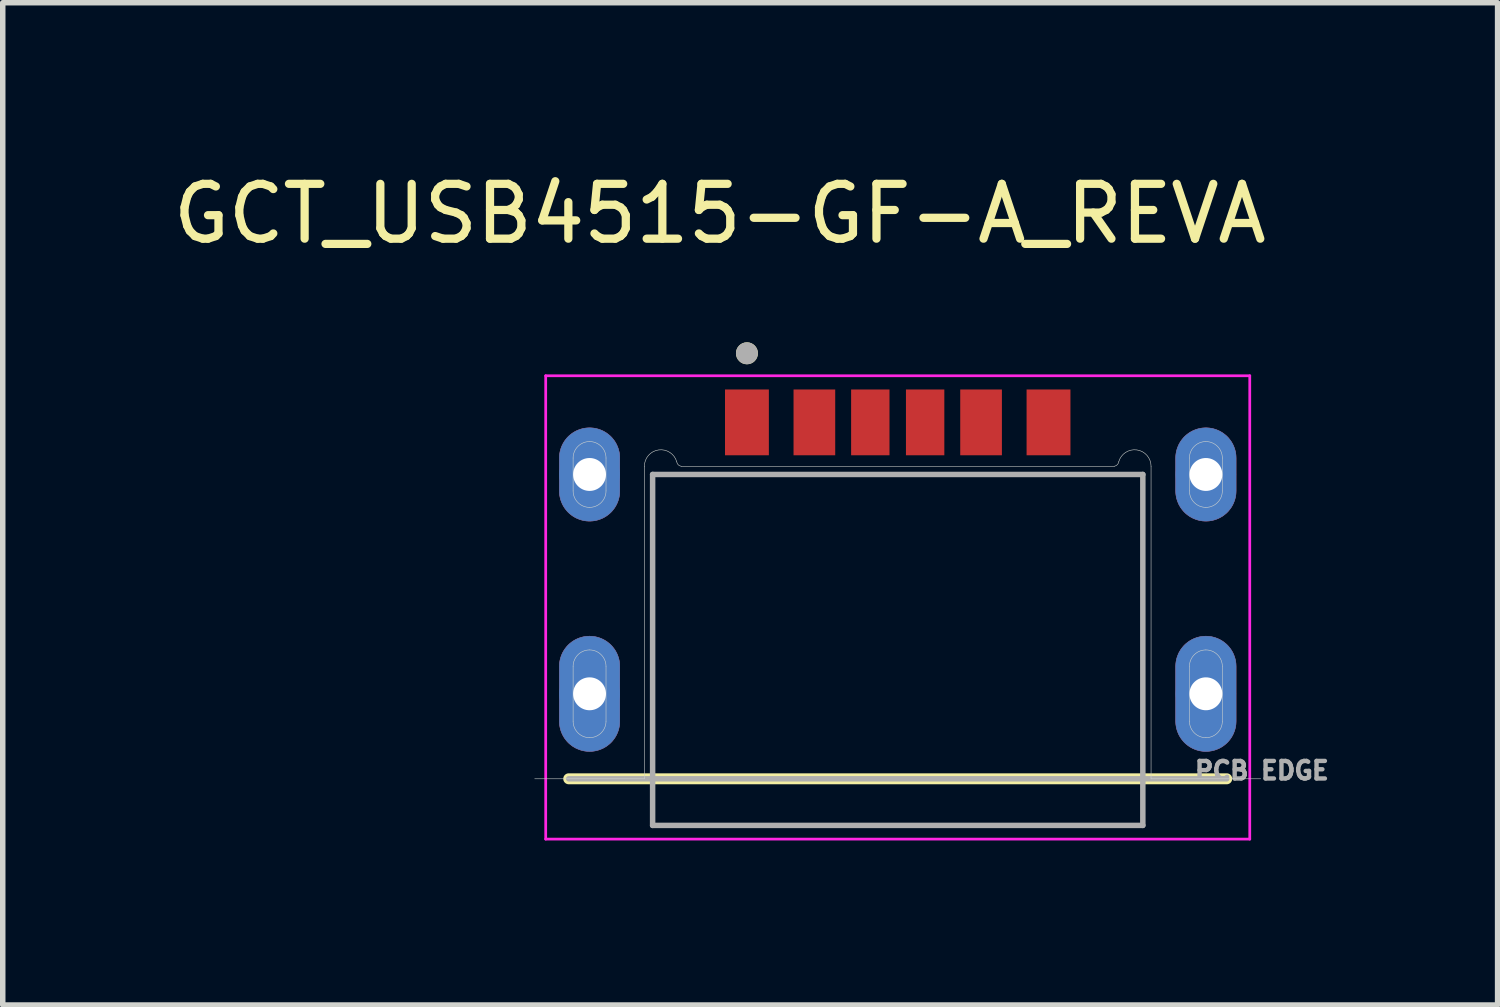
<source format=kicad_pcb>
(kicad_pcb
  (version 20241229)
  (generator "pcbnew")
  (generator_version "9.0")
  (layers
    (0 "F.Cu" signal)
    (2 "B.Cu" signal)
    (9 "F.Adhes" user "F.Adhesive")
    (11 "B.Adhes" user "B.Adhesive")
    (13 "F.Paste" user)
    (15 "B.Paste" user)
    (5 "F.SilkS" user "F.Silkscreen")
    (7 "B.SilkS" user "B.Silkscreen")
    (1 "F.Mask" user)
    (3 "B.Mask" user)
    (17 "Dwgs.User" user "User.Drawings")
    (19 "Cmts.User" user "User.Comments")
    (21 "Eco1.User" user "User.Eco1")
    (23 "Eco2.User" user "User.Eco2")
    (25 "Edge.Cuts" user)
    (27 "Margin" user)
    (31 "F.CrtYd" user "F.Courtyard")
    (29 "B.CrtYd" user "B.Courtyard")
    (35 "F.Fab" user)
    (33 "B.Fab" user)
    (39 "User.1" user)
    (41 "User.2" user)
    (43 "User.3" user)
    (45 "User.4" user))
  (footprint "GCT_USB4515-GF-A_REVA"
    (layer "F.Cu")
    (at 13.322 9.603)
    (property "Reference" "GCT_USB4515-GF-A_REVA" (at -3.245 -8.755 0) (layer "F.SilkS") (effects (font (size 1 1) (thickness 0.15))))
    (attr through_hole)
    (fp_poly (pts (xy -6.17 -3.7) (xy -6.17 -4.3) (xy -6.169 -4.329) (xy -6.167 -4.357) (xy -6.163 -4.386) (xy -6.158 -4.414) (xy -6.151 -4.442) (xy -6.143 -4.47) (xy -6.133 -4.497) (xy -6.122 -4.524) (xy -6.11 -4.55) (xy -6.096 -4.575) (xy -6.081 -4.6) (xy -6.065 -4.623) (xy -6.047 -4.646) (xy -6.029 -4.668) (xy -6.009 -4.689) (xy -5.988 -4.709) (xy -5.966 -4.727) (xy -5.943 -4.745) (xy -5.92 -4.761) (xy -5.895 -4.776) (xy -5.87 -4.79) (xy -5.844 -4.802) (xy -5.817 -4.813) (xy -5.79 -4.823) (xy -5.762 -4.831) (xy -5.734 -4.838) (xy -5.706 -4.843) (xy -5.677 -4.847) (xy -5.649 -4.849) (xy -5.62 -4.85) (xy -5.591 -4.849) (xy -5.563 -4.847) (xy -5.534 -4.843) (xy -5.506 -4.838) (xy -5.478 -4.831) (xy -5.45 -4.823) (xy -5.423 -4.813) (xy -5.396 -4.802) (xy -5.37 -4.79) (xy -5.345 -4.776) (xy -5.32 -4.761) (xy -5.297 -4.745) (xy -5.274 -4.727) (xy -5.252 -4.709) (xy -5.231 -4.689) (xy -5.211 -4.668) (xy -5.193 -4.646) (xy -5.175 -4.623) (xy -5.159 -4.6) (xy -5.144 -4.575) (xy -5.13 -4.55) (xy -5.118 -4.524) (xy -5.107 -4.497) (xy -5.097 -4.47) (xy -5.089 -4.442) (xy -5.082 -4.414) (xy -5.077 -4.386) (xy -5.073 -4.357) (xy -5.071 -4.329) (xy -5.07 -4.3) (xy -5.07 -3.7) (xy -5.071 -3.671) (xy -5.073 -3.643) (xy -5.077 -3.614) (xy -5.082 -3.586) (xy -5.089 -3.558) (xy -5.097 -3.53) (xy -5.107 -3.503) (xy -5.118 -3.476) (xy -5.13 -3.45) (xy -5.144 -3.425) (xy -5.159 -3.4) (xy -5.175 -3.377) (xy -5.193 -3.354) (xy -5.211 -3.332) (xy -5.231 -3.311) (xy -5.252 -3.291) (xy -5.274 -3.273) (xy -5.297 -3.255) (xy -5.32 -3.239) (xy -5.345 -3.224) (xy -5.37 -3.21) (xy -5.396 -3.198) (xy -5.423 -3.187) (xy -5.45 -3.177) (xy -5.478 -3.169) (xy -5.506 -3.162) (xy -5.534 -3.157) (xy -5.563 -3.153) (xy -5.591 -3.151) (xy -5.62 -3.15) (xy -5.649 -3.151) (xy -5.677 -3.153) (xy -5.706 -3.157) (xy -5.734 -3.162) (xy -5.762 -3.169) (xy -5.79 -3.177) (xy -5.817 -3.187) (xy -5.844 -3.198) (xy -5.87 -3.21) (xy -5.895 -3.224) (xy -5.92 -3.239) (xy -5.943 -3.255) (xy -5.966 -3.273) (xy -5.988 -3.291) (xy -6.009 -3.311) (xy -6.029 -3.332) (xy -6.047 -3.354) (xy -6.065 -3.377) (xy -6.081 -3.4) (xy -6.096 -3.425) (xy -6.11 -3.45) (xy -6.122 -3.476) (xy -6.133 -3.503) (xy -6.143 -3.53) (xy -6.151 -3.558) (xy -6.158 -3.586) (xy -6.163 -3.614) (xy -6.167 -3.643) (xy -6.169 -3.671) (xy -6.17 -3.7)) (stroke (width 0.01) (type solid)) (fill yes) (layer "F.Cu"))
    (fp_poly (pts (xy -5.62 -1.05) (xy -5.591 -1.049) (xy -5.563 -1.047) (xy -5.534 -1.043) (xy -5.506 -1.038) (xy -5.478 -1.031) (xy -5.45 -1.023) (xy -5.423 -1.013) (xy -5.396 -1.002) (xy -5.37 -0.99) (xy -5.345 -0.976) (xy -5.32 -0.961) (xy -5.297 -0.945) (xy -5.274 -0.927) (xy -5.252 -0.909) (xy -5.231 -0.889) (xy -5.211 -0.868) (xy -5.193 -0.846) (xy -5.175 -0.823) (xy -5.159 -0.8) (xy -5.144 -0.775) (xy -5.13 -0.75) (xy -5.118 -0.724) (xy -5.107 -0.697) (xy -5.097 -0.67) (xy -5.089 -0.642) (xy -5.082 -0.614) (xy -5.077 -0.586) (xy -5.073 -0.557) (xy -5.071 -0.529) (xy -5.07 -0.5) (xy -5.07 0.5) (xy -5.071 0.529) (xy -5.073 0.557) (xy -5.077 0.586) (xy -5.082 0.614) (xy -5.089 0.642) (xy -5.097 0.67) (xy -5.107 0.697) (xy -5.118 0.724) (xy -5.13 0.75) (xy -5.144 0.775) (xy -5.159 0.8) (xy -5.175 0.823) (xy -5.193 0.846) (xy -5.211 0.868) (xy -5.231 0.889) (xy -5.252 0.909) (xy -5.274 0.927) (xy -5.297 0.945) (xy -5.32 0.961) (xy -5.345 0.976) (xy -5.37 0.99) (xy -5.396 1.002) (xy -5.423 1.013) (xy -5.45 1.023) (xy -5.478 1.031) (xy -5.506 1.038) (xy -5.534 1.043) (xy -5.563 1.047) (xy -5.591 1.049) (xy -5.62 1.05) (xy -5.649 1.049) (xy -5.677 1.047) (xy -5.706 1.043) (xy -5.734 1.038) (xy -5.762 1.031) (xy -5.79 1.023) (xy -5.817 1.013) (xy -5.844 1.002) (xy -5.87 0.99) (xy -5.895 0.976) (xy -5.92 0.961) (xy -5.943 0.945) (xy -5.966 0.927) (xy -5.988 0.909) (xy -6.009 0.889) (xy -6.029 0.868) (xy -6.047 0.846) (xy -6.065 0.823) (xy -6.081 0.8) (xy -6.096 0.775) (xy -6.11 0.75) (xy -6.122 0.724) (xy -6.133 0.697) (xy -6.143 0.67) (xy -6.151 0.642) (xy -6.158 0.614) (xy -6.163 0.586) (xy -6.167 0.557) (xy -6.169 0.529) (xy -6.17 0.5) (xy -6.17 -0.5) (xy -6.169 -0.529) (xy -6.167 -0.557) (xy -6.163 -0.586) (xy -6.158 -0.614) (xy -6.151 -0.642) (xy -6.143 -0.67) (xy -6.133 -0.697) (xy -6.122 -0.724) (xy -6.11 -0.75) (xy -6.096 -0.775) (xy -6.081 -0.8) (xy -6.065 -0.823) (xy -6.047 -0.846) (xy -6.029 -0.868) (xy -6.009 -0.889) (xy -5.988 -0.909) (xy -5.966 -0.927) (xy -5.943 -0.945) (xy -5.92 -0.961) (xy -5.895 -0.976) (xy -5.87 -0.99) (xy -5.844 -1.002) (xy -5.817 -1.013) (xy -5.79 -1.023) (xy -5.762 -1.031) (xy -5.734 -1.038) (xy -5.706 -1.043) (xy -5.677 -1.047) (xy -5.649 -1.049) (xy -5.62 -1.05)) (stroke (width 0.01) (type solid)) (fill yes) (layer "F.Cu"))
    (fp_poly (pts (xy 5.07 -3.7) (xy 5.07 -4.3) (xy 5.071 -4.329) (xy 5.073 -4.357) (xy 5.077 -4.386) (xy 5.082 -4.414) (xy 5.089 -4.442) (xy 5.097 -4.47) (xy 5.107 -4.497) (xy 5.118 -4.524) (xy 5.13 -4.55) (xy 5.144 -4.575) (xy 5.159 -4.6) (xy 5.175 -4.623) (xy 5.193 -4.646) (xy 5.211 -4.668) (xy 5.231 -4.689) (xy 5.252 -4.709) (xy 5.274 -4.727) (xy 5.297 -4.745) (xy 5.32 -4.761) (xy 5.345 -4.776) (xy 5.37 -4.79) (xy 5.396 -4.802) (xy 5.423 -4.813) (xy 5.45 -4.823) (xy 5.478 -4.831) (xy 5.506 -4.838) (xy 5.534 -4.843) (xy 5.563 -4.847) (xy 5.591 -4.849) (xy 5.62 -4.85) (xy 5.649 -4.849) (xy 5.677 -4.847) (xy 5.706 -4.843) (xy 5.734 -4.838) (xy 5.762 -4.831) (xy 5.79 -4.823) (xy 5.817 -4.813) (xy 5.844 -4.802) (xy 5.87 -4.79) (xy 5.895 -4.776) (xy 5.92 -4.761) (xy 5.943 -4.745) (xy 5.966 -4.727) (xy 5.988 -4.709) (xy 6.009 -4.689) (xy 6.029 -4.668) (xy 6.047 -4.646) (xy 6.065 -4.623) (xy 6.081 -4.6) (xy 6.096 -4.575) (xy 6.11 -4.55) (xy 6.122 -4.524) (xy 6.133 -4.497) (xy 6.143 -4.47) (xy 6.151 -4.442) (xy 6.158 -4.414) (xy 6.163 -4.386) (xy 6.167 -4.357) (xy 6.169 -4.329) (xy 6.17 -4.3) (xy 6.17 -3.7) (xy 6.169 -3.671) (xy 6.167 -3.643) (xy 6.163 -3.614) (xy 6.158 -3.586) (xy 6.151 -3.558) (xy 6.143 -3.53) (xy 6.133 -3.503) (xy 6.122 -3.476) (xy 6.11 -3.45) (xy 6.096 -3.425) (xy 6.081 -3.4) (xy 6.065 -3.377) (xy 6.047 -3.354) (xy 6.029 -3.332) (xy 6.009 -3.311) (xy 5.988 -3.291) (xy 5.966 -3.273) (xy 5.943 -3.255) (xy 5.92 -3.239) (xy 5.895 -3.224) (xy 5.87 -3.21) (xy 5.844 -3.198) (xy 5.817 -3.187) (xy 5.79 -3.177) (xy 5.762 -3.169) (xy 5.734 -3.162) (xy 5.706 -3.157) (xy 5.677 -3.153) (xy 5.649 -3.151) (xy 5.62 -3.15) (xy 5.591 -3.151) (xy 5.563 -3.153) (xy 5.534 -3.157) (xy 5.506 -3.162) (xy 5.478 -3.169) (xy 5.45 -3.177) (xy 5.423 -3.187) (xy 5.396 -3.198) (xy 5.37 -3.21) (xy 5.345 -3.224) (xy 5.32 -3.239) (xy 5.297 -3.255) (xy 5.274 -3.273) (xy 5.252 -3.291) (xy 5.231 -3.311) (xy 5.211 -3.332) (xy 5.193 -3.354) (xy 5.175 -3.377) (xy 5.159 -3.4) (xy 5.144 -3.425) (xy 5.13 -3.45) (xy 5.118 -3.476) (xy 5.107 -3.503) (xy 5.097 -3.53) (xy 5.089 -3.558) (xy 5.082 -3.586) (xy 5.077 -3.614) (xy 5.073 -3.643) (xy 5.071 -3.671) (xy 5.07 -3.7)) (stroke (width 0.01) (type solid)) (fill yes) (layer "F.Cu"))
    (fp_poly (pts (xy 5.62 -1.05) (xy 5.649 -1.049) (xy 5.677 -1.047) (xy 5.706 -1.043) (xy 5.734 -1.038) (xy 5.762 -1.031) (xy 5.79 -1.023) (xy 5.817 -1.013) (xy 5.844 -1.002) (xy 5.87 -0.99) (xy 5.895 -0.976) (xy 5.92 -0.961) (xy 5.943 -0.945) (xy 5.966 -0.927) (xy 5.988 -0.909) (xy 6.009 -0.889) (xy 6.029 -0.868) (xy 6.047 -0.846) (xy 6.065 -0.823) (xy 6.081 -0.8) (xy 6.096 -0.775) (xy 6.11 -0.75) (xy 6.122 -0.724) (xy 6.133 -0.697) (xy 6.143 -0.67) (xy 6.151 -0.642) (xy 6.158 -0.614) (xy 6.163 -0.586) (xy 6.167 -0.557) (xy 6.169 -0.529) (xy 6.17 -0.5) (xy 6.17 0.5) (xy 6.169 0.529) (xy 6.167 0.557) (xy 6.163 0.586) (xy 6.158 0.614) (xy 6.151 0.642) (xy 6.143 0.67) (xy 6.133 0.697) (xy 6.122 0.724) (xy 6.11 0.75) (xy 6.096 0.775) (xy 6.081 0.8) (xy 6.065 0.823) (xy 6.047 0.846) (xy 6.029 0.868) (xy 6.009 0.889) (xy 5.988 0.909) (xy 5.966 0.927) (xy 5.943 0.945) (xy 5.92 0.961) (xy 5.895 0.976) (xy 5.87 0.99) (xy 5.844 1.002) (xy 5.817 1.013) (xy 5.79 1.023) (xy 5.762 1.031) (xy 5.734 1.038) (xy 5.706 1.043) (xy 5.677 1.047) (xy 5.649 1.049) (xy 5.62 1.05) (xy 5.591 1.049) (xy 5.563 1.047) (xy 5.534 1.043) (xy 5.506 1.038) (xy 5.478 1.031) (xy 5.45 1.023) (xy 5.423 1.013) (xy 5.396 1.002) (xy 5.37 0.99) (xy 5.345 0.976) (xy 5.32 0.961) (xy 5.297 0.945) (xy 5.274 0.927) (xy 5.252 0.909) (xy 5.231 0.889) (xy 5.211 0.868) (xy 5.193 0.846) (xy 5.175 0.823) (xy 5.159 0.8) (xy 5.144 0.775) (xy 5.13 0.75) (xy 5.118 0.724) (xy 5.107 0.697) (xy 5.097 0.67) (xy 5.089 0.642) (xy 5.082 0.614) (xy 5.077 0.586) (xy 5.073 0.557) (xy 5.071 0.529) (xy 5.07 0.5) (xy 5.07 -0.5) (xy 5.071 -0.529) (xy 5.073 -0.557) (xy 5.077 -0.586) (xy 5.082 -0.614) (xy 5.089 -0.642) (xy 5.097 -0.67) (xy 5.107 -0.697) (xy 5.118 -0.724) (xy 5.13 -0.75) (xy 5.144 -0.775) (xy 5.159 -0.8) (xy 5.175 -0.823) (xy 5.193 -0.846) (xy 5.211 -0.868) (xy 5.231 -0.889) (xy 5.252 -0.909) (xy 5.274 -0.927) (xy 5.297 -0.945) (xy 5.32 -0.961) (xy 5.345 -0.976) (xy 5.37 -0.99) (xy 5.396 -1.002) (xy 5.423 -1.013) (xy 5.45 -1.023) (xy 5.478 -1.031) (xy 5.506 -1.038) (xy 5.534 -1.043) (xy 5.563 -1.047) (xy 5.591 -1.049) (xy 5.62 -1.05)) (stroke (width 0.01) (type solid)) (fill yes) (layer "F.Cu"))
    (fp_poly (pts (xy -6.27 -4.3) (xy -6.27 -3.7) (xy -6.269 -3.666) (xy -6.266 -3.632) (xy -6.262 -3.598) (xy -6.256 -3.565) (xy -6.248 -3.532) (xy -6.238 -3.499) (xy -6.227 -3.467) (xy -6.214 -3.436) (xy -6.199 -3.405) (xy -6.183 -3.375) (xy -6.165 -3.346) (xy -6.146 -3.318) (xy -6.125 -3.291) (xy -6.103 -3.265) (xy -6.08 -3.24) (xy -6.055 -3.217) (xy -6.029 -3.195) (xy -6.002 -3.174) (xy -5.974 -3.155) (xy -5.945 -3.137) (xy -5.915 -3.121) (xy -5.884 -3.106) (xy -5.853 -3.093) (xy -5.821 -3.082) (xy -5.788 -3.072) (xy -5.755 -3.064) (xy -5.722 -3.058) (xy -5.688 -3.054) (xy -5.654 -3.051) (xy -5.62 -3.05) (xy -5.586 -3.051) (xy -5.552 -3.054) (xy -5.518 -3.058) (xy -5.485 -3.064) (xy -5.452 -3.072) (xy -5.419 -3.082) (xy -5.387 -3.093) (xy -5.356 -3.106) (xy -5.325 -3.121) (xy -5.295 -3.137) (xy -5.266 -3.155) (xy -5.238 -3.174) (xy -5.211 -3.195) (xy -5.185 -3.217) (xy -5.16 -3.24) (xy -5.137 -3.265) (xy -5.115 -3.291) (xy -5.094 -3.318) (xy -5.075 -3.346) (xy -5.057 -3.375) (xy -5.041 -3.405) (xy -5.026 -3.436) (xy -5.013 -3.467) (xy -5.002 -3.499) (xy -4.992 -3.532) (xy -4.984 -3.565) (xy -4.978 -3.598) (xy -4.974 -3.632) (xy -4.971 -3.666) (xy -4.97 -3.7) (xy -4.97 -4.3) (xy -4.971 -4.334) (xy -4.974 -4.368) (xy -4.978 -4.402) (xy -4.984 -4.435) (xy -4.992 -4.468) (xy -5.002 -4.501) (xy -5.013 -4.533) (xy -5.026 -4.564) (xy -5.041 -4.595) (xy -5.057 -4.625) (xy -5.075 -4.654) (xy -5.094 -4.682) (xy -5.115 -4.709) (xy -5.137 -4.735) (xy -5.16 -4.76) (xy -5.185 -4.783) (xy -5.211 -4.805) (xy -5.238 -4.826) (xy -5.266 -4.845) (xy -5.295 -4.863) (xy -5.325 -4.879) (xy -5.356 -4.894) (xy -5.387 -4.907) (xy -5.419 -4.918) (xy -5.452 -4.928) (xy -5.485 -4.936) (xy -5.518 -4.942) (xy -5.552 -4.946) (xy -5.586 -4.949) (xy -5.62 -4.95) (xy -5.654 -4.949) (xy -5.688 -4.946) (xy -5.722 -4.942) (xy -5.755 -4.936) (xy -5.788 -4.928) (xy -5.821 -4.918) (xy -5.853 -4.907) (xy -5.884 -4.894) (xy -5.915 -4.879) (xy -5.945 -4.863) (xy -5.974 -4.845) (xy -6.002 -4.826) (xy -6.029 -4.805) (xy -6.055 -4.783) (xy -6.08 -4.76) (xy -6.103 -4.735) (xy -6.125 -4.709) (xy -6.146 -4.682) (xy -6.165 -4.654) (xy -6.183 -4.625) (xy -6.199 -4.595) (xy -6.214 -4.564) (xy -6.227 -4.533) (xy -6.238 -4.501) (xy -6.248 -4.468) (xy -6.256 -4.435) (xy -6.262 -4.402) (xy -6.266 -4.368) (xy -6.269 -4.334) (xy -6.27 -4.3)) (stroke (width 0.01) (type solid)) (fill yes) (layer "F.Mask"))
    (fp_poly (pts (xy -6.27 0.5) (xy -6.27 -0.5) (xy -6.269 -0.534) (xy -6.266 -0.568) (xy -6.262 -0.602) (xy -6.256 -0.635) (xy -6.248 -0.668) (xy -6.238 -0.701) (xy -6.227 -0.733) (xy -6.214 -0.764) (xy -6.199 -0.795) (xy -6.183 -0.825) (xy -6.165 -0.854) (xy -6.146 -0.882) (xy -6.125 -0.909) (xy -6.103 -0.935) (xy -6.08 -0.96) (xy -6.055 -0.983) (xy -6.029 -1.005) (xy -6.002 -1.026) (xy -5.974 -1.045) (xy -5.945 -1.063) (xy -5.915 -1.079) (xy -5.884 -1.094) (xy -5.853 -1.107) (xy -5.821 -1.118) (xy -5.788 -1.128) (xy -5.755 -1.136) (xy -5.722 -1.142) (xy -5.688 -1.146) (xy -5.654 -1.149) (xy -5.62 -1.15) (xy -5.586 -1.149) (xy -5.552 -1.146) (xy -5.518 -1.142) (xy -5.485 -1.136) (xy -5.452 -1.128) (xy -5.419 -1.118) (xy -5.387 -1.107) (xy -5.356 -1.094) (xy -5.325 -1.079) (xy -5.295 -1.063) (xy -5.266 -1.045) (xy -5.238 -1.026) (xy -5.211 -1.005) (xy -5.185 -0.983) (xy -5.16 -0.96) (xy -5.137 -0.935) (xy -5.115 -0.909) (xy -5.094 -0.882) (xy -5.075 -0.854) (xy -5.057 -0.825) (xy -5.041 -0.795) (xy -5.026 -0.764) (xy -5.013 -0.733) (xy -5.002 -0.701) (xy -4.992 -0.668) (xy -4.984 -0.635) (xy -4.978 -0.602) (xy -4.974 -0.568) (xy -4.971 -0.534) (xy -4.97 -0.5) (xy -4.97 0.5) (xy -4.971 0.534) (xy -4.974 0.568) (xy -4.978 0.602) (xy -4.984 0.635) (xy -4.992 0.668) (xy -5.002 0.701) (xy -5.013 0.733) (xy -5.026 0.764) (xy -5.041 0.795) (xy -5.057 0.825) (xy -5.075 0.854) (xy -5.094 0.882) (xy -5.115 0.909) (xy -5.137 0.935) (xy -5.16 0.96) (xy -5.185 0.983) (xy -5.211 1.005) (xy -5.238 1.026) (xy -5.266 1.045) (xy -5.295 1.063) (xy -5.325 1.079) (xy -5.356 1.094) (xy -5.387 1.107) (xy -5.419 1.118) (xy -5.452 1.128) (xy -5.485 1.136) (xy -5.518 1.142) (xy -5.552 1.146) (xy -5.586 1.149) (xy -5.62 1.15) (xy -5.654 1.149) (xy -5.688 1.146) (xy -5.722 1.142) (xy -5.755 1.136) (xy -5.788 1.128) (xy -5.821 1.118) (xy -5.853 1.107) (xy -5.884 1.094) (xy -5.915 1.079) (xy -5.945 1.063) (xy -5.974 1.045) (xy -6.002 1.026) (xy -6.029 1.005) (xy -6.055 0.983) (xy -6.08 0.96) (xy -6.103 0.935) (xy -6.125 0.909) (xy -6.146 0.882) (xy -6.165 0.854) (xy -6.183 0.825) (xy -6.199 0.795) (xy -6.214 0.764) (xy -6.227 0.733) (xy -6.238 0.701) (xy -6.248 0.668) (xy -6.256 0.635) (xy -6.262 0.602) (xy -6.266 0.568) (xy -6.269 0.534) (xy -6.27 0.5)) (stroke (width 0.01) (type solid)) (fill yes) (layer "F.Mask"))
    (fp_poly (pts (xy 4.97 -4.3) (xy 4.97 -3.7) (xy 4.971 -3.666) (xy 4.974 -3.632) (xy 4.978 -3.598) (xy 4.984 -3.565) (xy 4.992 -3.532) (xy 5.002 -3.499) (xy 5.013 -3.467) (xy 5.026 -3.436) (xy 5.041 -3.405) (xy 5.057 -3.375) (xy 5.075 -3.346) (xy 5.094 -3.318) (xy 5.115 -3.291) (xy 5.137 -3.265) (xy 5.16 -3.24) (xy 5.185 -3.217) (xy 5.211 -3.195) (xy 5.238 -3.174) (xy 5.266 -3.155) (xy 5.295 -3.137) (xy 5.325 -3.121) (xy 5.356 -3.106) (xy 5.387 -3.093) (xy 5.419 -3.082) (xy 5.452 -3.072) (xy 5.485 -3.064) (xy 5.518 -3.058) (xy 5.552 -3.054) (xy 5.586 -3.051) (xy 5.62 -3.05) (xy 5.654 -3.051) (xy 5.688 -3.054) (xy 5.722 -3.058) (xy 5.755 -3.064) (xy 5.788 -3.072) (xy 5.821 -3.082) (xy 5.853 -3.093) (xy 5.884 -3.106) (xy 5.915 -3.121) (xy 5.945 -3.137) (xy 5.974 -3.155) (xy 6.002 -3.174) (xy 6.029 -3.195) (xy 6.055 -3.217) (xy 6.08 -3.24) (xy 6.103 -3.265) (xy 6.125 -3.291) (xy 6.146 -3.318) (xy 6.165 -3.346) (xy 6.183 -3.375) (xy 6.199 -3.405) (xy 6.214 -3.436) (xy 6.227 -3.467) (xy 6.238 -3.499) (xy 6.248 -3.532) (xy 6.256 -3.565) (xy 6.262 -3.598) (xy 6.266 -3.632) (xy 6.269 -3.666) (xy 6.27 -3.7) (xy 6.27 -4.3) (xy 6.269 -4.334) (xy 6.266 -4.368) (xy 6.262 -4.402) (xy 6.256 -4.435) (xy 6.248 -4.468) (xy 6.238 -4.501) (xy 6.227 -4.533) (xy 6.214 -4.564) (xy 6.199 -4.595) (xy 6.183 -4.625) (xy 6.165 -4.654) (xy 6.146 -4.682) (xy 6.125 -4.709) (xy 6.103 -4.735) (xy 6.08 -4.76) (xy 6.055 -4.783) (xy 6.029 -4.805) (xy 6.002 -4.826) (xy 5.974 -4.845) (xy 5.945 -4.863) (xy 5.915 -4.879) (xy 5.884 -4.894) (xy 5.853 -4.907) (xy 5.821 -4.918) (xy 5.788 -4.928) (xy 5.755 -4.936) (xy 5.722 -4.942) (xy 5.688 -4.946) (xy 5.654 -4.949) (xy 5.62 -4.95) (xy 5.586 -4.949) (xy 5.552 -4.946) (xy 5.518 -4.942) (xy 5.485 -4.936) (xy 5.452 -4.928) (xy 5.419 -4.918) (xy 5.387 -4.907) (xy 5.356 -4.894) (xy 5.325 -4.879) (xy 5.295 -4.863) (xy 5.266 -4.845) (xy 5.238 -4.826) (xy 5.211 -4.805) (xy 5.185 -4.783) (xy 5.16 -4.76) (xy 5.137 -4.735) (xy 5.115 -4.709) (xy 5.094 -4.682) (xy 5.075 -4.654) (xy 5.057 -4.625) (xy 5.041 -4.595) (xy 5.026 -4.564) (xy 5.013 -4.533) (xy 5.002 -4.501) (xy 4.992 -4.468) (xy 4.984 -4.435) (xy 4.978 -4.402) (xy 4.974 -4.368) (xy 4.971 -4.334) (xy 4.97 -4.3)) (stroke (width 0.01) (type solid)) (fill yes) (layer "F.Mask"))
    (fp_poly (pts (xy 4.97 0.5) (xy 4.97 -0.5) (xy 4.971 -0.534) (xy 4.974 -0.568) (xy 4.978 -0.602) (xy 4.984 -0.635) (xy 4.992 -0.668) (xy 5.002 -0.701) (xy 5.013 -0.733) (xy 5.026 -0.764) (xy 5.041 -0.795) (xy 5.057 -0.825) (xy 5.075 -0.854) (xy 5.094 -0.882) (xy 5.115 -0.909) (xy 5.137 -0.935) (xy 5.16 -0.96) (xy 5.185 -0.983) (xy 5.211 -1.005) (xy 5.238 -1.026) (xy 5.266 -1.045) (xy 5.295 -1.063) (xy 5.325 -1.079) (xy 5.356 -1.094) (xy 5.387 -1.107) (xy 5.419 -1.118) (xy 5.452 -1.128) (xy 5.485 -1.136) (xy 5.518 -1.142) (xy 5.552 -1.146) (xy 5.586 -1.149) (xy 5.62 -1.15) (xy 5.654 -1.149) (xy 5.688 -1.146) (xy 5.722 -1.142) (xy 5.755 -1.136) (xy 5.788 -1.128) (xy 5.821 -1.118) (xy 5.853 -1.107) (xy 5.884 -1.094) (xy 5.915 -1.079) (xy 5.945 -1.063) (xy 5.974 -1.045) (xy 6.002 -1.026) (xy 6.029 -1.005) (xy 6.055 -0.983) (xy 6.08 -0.96) (xy 6.103 -0.935) (xy 6.125 -0.909) (xy 6.146 -0.882) (xy 6.165 -0.854) (xy 6.183 -0.825) (xy 6.199 -0.795) (xy 6.214 -0.764) (xy 6.227 -0.733) (xy 6.238 -0.701) (xy 6.248 -0.668) (xy 6.256 -0.635) (xy 6.262 -0.602) (xy 6.266 -0.568) (xy 6.269 -0.534) (xy 6.27 -0.5) (xy 6.27 0.5) (xy 6.269 0.534) (xy 6.266 0.568) (xy 6.262 0.602) (xy 6.256 0.635) (xy 6.248 0.668) (xy 6.238 0.701) (xy 6.227 0.733) (xy 6.214 0.764) (xy 6.199 0.795) (xy 6.183 0.825) (xy 6.165 0.854) (xy 6.146 0.882) (xy 6.125 0.909) (xy 6.103 0.935) (xy 6.08 0.96) (xy 6.055 0.983) (xy 6.029 1.005) (xy 6.002 1.026) (xy 5.974 1.045) (xy 5.945 1.063) (xy 5.915 1.079) (xy 5.884 1.094) (xy 5.853 1.107) (xy 5.821 1.118) (xy 5.788 1.128) (xy 5.755 1.136) (xy 5.722 1.142) (xy 5.688 1.146) (xy 5.654 1.149) (xy 5.62 1.15) (xy 5.586 1.149) (xy 5.552 1.146) (xy 5.518 1.142) (xy 5.485 1.136) (xy 5.452 1.128) (xy 5.419 1.118) (xy 5.387 1.107) (xy 5.356 1.094) (xy 5.325 1.079) (xy 5.295 1.063) (xy 5.266 1.045) (xy 5.238 1.026) (xy 5.211 1.005) (xy 5.185 0.983) (xy 5.16 0.96) (xy 5.137 0.935) (xy 5.115 0.909) (xy 5.094 0.882) (xy 5.075 0.854) (xy 5.057 0.825) (xy 5.041 0.795) (xy 5.026 0.764) (xy 5.013 0.733) (xy 5.002 0.701) (xy 4.992 0.668) (xy 4.984 0.635) (xy 4.978 0.602) (xy 4.974 0.568) (xy 4.971 0.534) (xy 4.97 0.5)) (stroke (width 0.01) (type solid)) (fill yes) (layer "F.Mask"))
    (fp_poly (pts (xy -6.17 -3.7) (xy -6.17 -4.3) (xy -6.169 -4.329) (xy -6.167 -4.357) (xy -6.163 -4.386) (xy -6.158 -4.414) (xy -6.151 -4.442) (xy -6.143 -4.47) (xy -6.133 -4.497) (xy -6.122 -4.524) (xy -6.11 -4.55) (xy -6.096 -4.575) (xy -6.081 -4.6) (xy -6.065 -4.623) (xy -6.047 -4.646) (xy -6.029 -4.668) (xy -6.009 -4.689) (xy -5.988 -4.709) (xy -5.966 -4.727) (xy -5.943 -4.745) (xy -5.92 -4.761) (xy -5.895 -4.776) (xy -5.87 -4.79) (xy -5.844 -4.802) (xy -5.817 -4.813) (xy -5.79 -4.823) (xy -5.762 -4.831) (xy -5.734 -4.838) (xy -5.706 -4.843) (xy -5.677 -4.847) (xy -5.649 -4.849) (xy -5.62 -4.85) (xy -5.591 -4.849) (xy -5.563 -4.847) (xy -5.534 -4.843) (xy -5.506 -4.838) (xy -5.478 -4.831) (xy -5.45 -4.823) (xy -5.423 -4.813) (xy -5.396 -4.802) (xy -5.37 -4.79) (xy -5.345 -4.776) (xy -5.32 -4.761) (xy -5.297 -4.745) (xy -5.274 -4.727) (xy -5.252 -4.709) (xy -5.231 -4.689) (xy -5.211 -4.668) (xy -5.193 -4.646) (xy -5.175 -4.623) (xy -5.159 -4.6) (xy -5.144 -4.575) (xy -5.13 -4.55) (xy -5.118 -4.524) (xy -5.107 -4.497) (xy -5.097 -4.47) (xy -5.089 -4.442) (xy -5.082 -4.414) (xy -5.077 -4.386) (xy -5.073 -4.357) (xy -5.071 -4.329) (xy -5.07 -4.3) (xy -5.07 -3.7) (xy -5.071 -3.671) (xy -5.073 -3.643) (xy -5.077 -3.614) (xy -5.082 -3.586) (xy -5.089 -3.558) (xy -5.097 -3.53) (xy -5.107 -3.503) (xy -5.118 -3.476) (xy -5.13 -3.45) (xy -5.144 -3.425) (xy -5.159 -3.4) (xy -5.175 -3.377) (xy -5.193 -3.354) (xy -5.211 -3.332) (xy -5.231 -3.311) (xy -5.252 -3.291) (xy -5.274 -3.273) (xy -5.297 -3.255) (xy -5.32 -3.239) (xy -5.345 -3.224) (xy -5.37 -3.21) (xy -5.396 -3.198) (xy -5.423 -3.187) (xy -5.45 -3.177) (xy -5.478 -3.169) (xy -5.506 -3.162) (xy -5.534 -3.157) (xy -5.563 -3.153) (xy -5.591 -3.151) (xy -5.62 -3.15) (xy -5.649 -3.151) (xy -5.677 -3.153) (xy -5.706 -3.157) (xy -5.734 -3.162) (xy -5.762 -3.169) (xy -5.79 -3.177) (xy -5.817 -3.187) (xy -5.844 -3.198) (xy -5.87 -3.21) (xy -5.895 -3.224) (xy -5.92 -3.239) (xy -5.943 -3.255) (xy -5.966 -3.273) (xy -5.988 -3.291) (xy -6.009 -3.311) (xy -6.029 -3.332) (xy -6.047 -3.354) (xy -6.065 -3.377) (xy -6.081 -3.4) (xy -6.096 -3.425) (xy -6.11 -3.45) (xy -6.122 -3.476) (xy -6.133 -3.503) (xy -6.143 -3.53) (xy -6.151 -3.558) (xy -6.158 -3.586) (xy -6.163 -3.614) (xy -6.167 -3.643) (xy -6.169 -3.671) (xy -6.17 -3.7)) (stroke (width 0.01) (type solid)) (fill yes) (layer "B.Cu"))
    (fp_poly (pts (xy -5.62 -1.05) (xy -5.591 -1.049) (xy -5.563 -1.047) (xy -5.534 -1.043) (xy -5.506 -1.038) (xy -5.478 -1.031) (xy -5.45 -1.023) (xy -5.423 -1.013) (xy -5.396 -1.002) (xy -5.37 -0.99) (xy -5.345 -0.976) (xy -5.32 -0.961) (xy -5.297 -0.945) (xy -5.274 -0.927) (xy -5.252 -0.909) (xy -5.231 -0.889) (xy -5.211 -0.868) (xy -5.193 -0.846) (xy -5.175 -0.823) (xy -5.159 -0.8) (xy -5.144 -0.775) (xy -5.13 -0.75) (xy -5.118 -0.724) (xy -5.107 -0.697) (xy -5.097 -0.67) (xy -5.089 -0.642) (xy -5.082 -0.614) (xy -5.077 -0.586) (xy -5.073 -0.557) (xy -5.071 -0.529) (xy -5.07 -0.5) (xy -5.07 0.5) (xy -5.071 0.529) (xy -5.073 0.557) (xy -5.077 0.586) (xy -5.082 0.614) (xy -5.089 0.642) (xy -5.097 0.67) (xy -5.107 0.697) (xy -5.118 0.724) (xy -5.13 0.75) (xy -5.144 0.775) (xy -5.159 0.8) (xy -5.175 0.823) (xy -5.193 0.846) (xy -5.211 0.868) (xy -5.231 0.889) (xy -5.252 0.909) (xy -5.274 0.927) (xy -5.297 0.945) (xy -5.32 0.961) (xy -5.345 0.976) (xy -5.37 0.99) (xy -5.396 1.002) (xy -5.423 1.013) (xy -5.45 1.023) (xy -5.478 1.031) (xy -5.506 1.038) (xy -5.534 1.043) (xy -5.563 1.047) (xy -5.591 1.049) (xy -5.62 1.05) (xy -5.649 1.049) (xy -5.677 1.047) (xy -5.706 1.043) (xy -5.734 1.038) (xy -5.762 1.031) (xy -5.79 1.023) (xy -5.817 1.013) (xy -5.844 1.002) (xy -5.87 0.99) (xy -5.895 0.976) (xy -5.92 0.961) (xy -5.943 0.945) (xy -5.966 0.927) (xy -5.988 0.909) (xy -6.009 0.889) (xy -6.029 0.868) (xy -6.047 0.846) (xy -6.065 0.823) (xy -6.081 0.8) (xy -6.096 0.775) (xy -6.11 0.75) (xy -6.122 0.724) (xy -6.133 0.697) (xy -6.143 0.67) (xy -6.151 0.642) (xy -6.158 0.614) (xy -6.163 0.586) (xy -6.167 0.557) (xy -6.169 0.529) (xy -6.17 0.5) (xy -6.17 -0.5) (xy -6.169 -0.529) (xy -6.167 -0.557) (xy -6.163 -0.586) (xy -6.158 -0.614) (xy -6.151 -0.642) (xy -6.143 -0.67) (xy -6.133 -0.697) (xy -6.122 -0.724) (xy -6.11 -0.75) (xy -6.096 -0.775) (xy -6.081 -0.8) (xy -6.065 -0.823) (xy -6.047 -0.846) (xy -6.029 -0.868) (xy -6.009 -0.889) (xy -5.988 -0.909) (xy -5.966 -0.927) (xy -5.943 -0.945) (xy -5.92 -0.961) (xy -5.895 -0.976) (xy -5.87 -0.99) (xy -5.844 -1.002) (xy -5.817 -1.013) (xy -5.79 -1.023) (xy -5.762 -1.031) (xy -5.734 -1.038) (xy -5.706 -1.043) (xy -5.677 -1.047) (xy -5.649 -1.049) (xy -5.62 -1.05)) (stroke (width 0.01) (type solid)) (fill yes) (layer "B.Cu"))
    (fp_poly (pts (xy 5.07 -3.7) (xy 5.07 -4.3) (xy 5.071 -4.329) (xy 5.073 -4.357) (xy 5.077 -4.386) (xy 5.082 -4.414) (xy 5.089 -4.442) (xy 5.097 -4.47) (xy 5.107 -4.497) (xy 5.118 -4.524) (xy 5.13 -4.55) (xy 5.144 -4.575) (xy 5.159 -4.6) (xy 5.175 -4.623) (xy 5.193 -4.646) (xy 5.211 -4.668) (xy 5.231 -4.689) (xy 5.252 -4.709) (xy 5.274 -4.727) (xy 5.297 -4.745) (xy 5.32 -4.761) (xy 5.345 -4.776) (xy 5.37 -4.79) (xy 5.396 -4.802) (xy 5.423 -4.813) (xy 5.45 -4.823) (xy 5.478 -4.831) (xy 5.506 -4.838) (xy 5.534 -4.843) (xy 5.563 -4.847) (xy 5.591 -4.849) (xy 5.62 -4.85) (xy 5.649 -4.849) (xy 5.677 -4.847) (xy 5.706 -4.843) (xy 5.734 -4.838) (xy 5.762 -4.831) (xy 5.79 -4.823) (xy 5.817 -4.813) (xy 5.844 -4.802) (xy 5.87 -4.79) (xy 5.895 -4.776) (xy 5.92 -4.761) (xy 5.943 -4.745) (xy 5.966 -4.727) (xy 5.988 -4.709) (xy 6.009 -4.689) (xy 6.029 -4.668) (xy 6.047 -4.646) (xy 6.065 -4.623) (xy 6.081 -4.6) (xy 6.096 -4.575) (xy 6.11 -4.55) (xy 6.122 -4.524) (xy 6.133 -4.497) (xy 6.143 -4.47) (xy 6.151 -4.442) (xy 6.158 -4.414) (xy 6.163 -4.386) (xy 6.167 -4.357) (xy 6.169 -4.329) (xy 6.17 -4.3) (xy 6.17 -3.7) (xy 6.169 -3.671) (xy 6.167 -3.643) (xy 6.163 -3.614) (xy 6.158 -3.586) (xy 6.151 -3.558) (xy 6.143 -3.53) (xy 6.133 -3.503) (xy 6.122 -3.476) (xy 6.11 -3.45) (xy 6.096 -3.425) (xy 6.081 -3.4) (xy 6.065 -3.377) (xy 6.047 -3.354) (xy 6.029 -3.332) (xy 6.009 -3.311) (xy 5.988 -3.291) (xy 5.966 -3.273) (xy 5.943 -3.255) (xy 5.92 -3.239) (xy 5.895 -3.224) (xy 5.87 -3.21) (xy 5.844 -3.198) (xy 5.817 -3.187) (xy 5.79 -3.177) (xy 5.762 -3.169) (xy 5.734 -3.162) (xy 5.706 -3.157) (xy 5.677 -3.153) (xy 5.649 -3.151) (xy 5.62 -3.15) (xy 5.591 -3.151) (xy 5.563 -3.153) (xy 5.534 -3.157) (xy 5.506 -3.162) (xy 5.478 -3.169) (xy 5.45 -3.177) (xy 5.423 -3.187) (xy 5.396 -3.198) (xy 5.37 -3.21) (xy 5.345 -3.224) (xy 5.32 -3.239) (xy 5.297 -3.255) (xy 5.274 -3.273) (xy 5.252 -3.291) (xy 5.231 -3.311) (xy 5.211 -3.332) (xy 5.193 -3.354) (xy 5.175 -3.377) (xy 5.159 -3.4) (xy 5.144 -3.425) (xy 5.13 -3.45) (xy 5.118 -3.476) (xy 5.107 -3.503) (xy 5.097 -3.53) (xy 5.089 -3.558) (xy 5.082 -3.586) (xy 5.077 -3.614) (xy 5.073 -3.643) (xy 5.071 -3.671) (xy 5.07 -3.7)) (stroke (width 0.01) (type solid)) (fill yes) (layer "B.Cu"))
    (fp_poly (pts (xy 5.62 -1.05) (xy 5.649 -1.049) (xy 5.677 -1.047) (xy 5.706 -1.043) (xy 5.734 -1.038) (xy 5.762 -1.031) (xy 5.79 -1.023) (xy 5.817 -1.013) (xy 5.844 -1.002) (xy 5.87 -0.99) (xy 5.895 -0.976) (xy 5.92 -0.961) (xy 5.943 -0.945) (xy 5.966 -0.927) (xy 5.988 -0.909) (xy 6.009 -0.889) (xy 6.029 -0.868) (xy 6.047 -0.846) (xy 6.065 -0.823) (xy 6.081 -0.8) (xy 6.096 -0.775) (xy 6.11 -0.75) (xy 6.122 -0.724) (xy 6.133 -0.697) (xy 6.143 -0.67) (xy 6.151 -0.642) (xy 6.158 -0.614) (xy 6.163 -0.586) (xy 6.167 -0.557) (xy 6.169 -0.529) (xy 6.17 -0.5) (xy 6.17 0.5) (xy 6.169 0.529) (xy 6.167 0.557) (xy 6.163 0.586) (xy 6.158 0.614) (xy 6.151 0.642) (xy 6.143 0.67) (xy 6.133 0.697) (xy 6.122 0.724) (xy 6.11 0.75) (xy 6.096 0.775) (xy 6.081 0.8) (xy 6.065 0.823) (xy 6.047 0.846) (xy 6.029 0.868) (xy 6.009 0.889) (xy 5.988 0.909) (xy 5.966 0.927) (xy 5.943 0.945) (xy 5.92 0.961) (xy 5.895 0.976) (xy 5.87 0.99) (xy 5.844 1.002) (xy 5.817 1.013) (xy 5.79 1.023) (xy 5.762 1.031) (xy 5.734 1.038) (xy 5.706 1.043) (xy 5.677 1.047) (xy 5.649 1.049) (xy 5.62 1.05) (xy 5.591 1.049) (xy 5.563 1.047) (xy 5.534 1.043) (xy 5.506 1.038) (xy 5.478 1.031) (xy 5.45 1.023) (xy 5.423 1.013) (xy 5.396 1.002) (xy 5.37 0.99) (xy 5.345 0.976) (xy 5.32 0.961) (xy 5.297 0.945) (xy 5.274 0.927) (xy 5.252 0.909) (xy 5.231 0.889) (xy 5.211 0.868) (xy 5.193 0.846) (xy 5.175 0.823) (xy 5.159 0.8) (xy 5.144 0.775) (xy 5.13 0.75) (xy 5.118 0.724) (xy 5.107 0.697) (xy 5.097 0.67) (xy 5.089 0.642) (xy 5.082 0.614) (xy 5.077 0.586) (xy 5.073 0.557) (xy 5.071 0.529) (xy 5.07 0.5) (xy 5.07 -0.5) (xy 5.071 -0.529) (xy 5.073 -0.557) (xy 5.077 -0.586) (xy 5.082 -0.614) (xy 5.089 -0.642) (xy 5.097 -0.67) (xy 5.107 -0.697) (xy 5.118 -0.724) (xy 5.13 -0.75) (xy 5.144 -0.775) (xy 5.159 -0.8) (xy 5.175 -0.823) (xy 5.193 -0.846) (xy 5.211 -0.868) (xy 5.231 -0.889) (xy 5.252 -0.909) (xy 5.274 -0.927) (xy 5.297 -0.945) (xy 5.32 -0.961) (xy 5.345 -0.976) (xy 5.37 -0.99) (xy 5.396 -1.002) (xy 5.423 -1.013) (xy 5.45 -1.023) (xy 5.478 -1.031) (xy 5.506 -1.038) (xy 5.534 -1.043) (xy 5.563 -1.047) (xy 5.591 -1.049) (xy 5.62 -1.05)) (stroke (width 0.01) (type solid)) (fill yes) (layer "B.Cu"))
    (fp_poly (pts (xy -6.27 -4.3) (xy -6.27 -3.7) (xy -6.269 -3.666) (xy -6.266 -3.632) (xy -6.262 -3.598) (xy -6.256 -3.565) (xy -6.248 -3.532) (xy -6.238 -3.499) (xy -6.227 -3.467) (xy -6.214 -3.436) (xy -6.199 -3.405) (xy -6.183 -3.375) (xy -6.165 -3.346) (xy -6.146 -3.318) (xy -6.125 -3.291) (xy -6.103 -3.265) (xy -6.08 -3.24) (xy -6.055 -3.217) (xy -6.029 -3.195) (xy -6.002 -3.174) (xy -5.974 -3.155) (xy -5.945 -3.137) (xy -5.915 -3.121) (xy -5.884 -3.106) (xy -5.853 -3.093) (xy -5.821 -3.082) (xy -5.788 -3.072) (xy -5.755 -3.064) (xy -5.722 -3.058) (xy -5.688 -3.054) (xy -5.654 -3.051) (xy -5.62 -3.05) (xy -5.586 -3.051) (xy -5.552 -3.054) (xy -5.518 -3.058) (xy -5.485 -3.064) (xy -5.452 -3.072) (xy -5.419 -3.082) (xy -5.387 -3.093) (xy -5.356 -3.106) (xy -5.325 -3.121) (xy -5.295 -3.137) (xy -5.266 -3.155) (xy -5.238 -3.174) (xy -5.211 -3.195) (xy -5.185 -3.217) (xy -5.16 -3.24) (xy -5.137 -3.265) (xy -5.115 -3.291) (xy -5.094 -3.318) (xy -5.075 -3.346) (xy -5.057 -3.375) (xy -5.041 -3.405) (xy -5.026 -3.436) (xy -5.013 -3.467) (xy -5.002 -3.499) (xy -4.992 -3.532) (xy -4.984 -3.565) (xy -4.978 -3.598) (xy -4.974 -3.632) (xy -4.971 -3.666) (xy -4.97 -3.7) (xy -4.97 -4.3) (xy -4.971 -4.334) (xy -4.974 -4.368) (xy -4.978 -4.402) (xy -4.984 -4.435) (xy -4.992 -4.468) (xy -5.002 -4.501) (xy -5.013 -4.533) (xy -5.026 -4.564) (xy -5.041 -4.595) (xy -5.057 -4.625) (xy -5.075 -4.654) (xy -5.094 -4.682) (xy -5.115 -4.709) (xy -5.137 -4.735) (xy -5.16 -4.76) (xy -5.185 -4.783) (xy -5.211 -4.805) (xy -5.238 -4.826) (xy -5.266 -4.845) (xy -5.295 -4.863) (xy -5.325 -4.879) (xy -5.356 -4.894) (xy -5.387 -4.907) (xy -5.419 -4.918) (xy -5.452 -4.928) (xy -5.485 -4.936) (xy -5.518 -4.942) (xy -5.552 -4.946) (xy -5.586 -4.949) (xy -5.62 -4.95) (xy -5.654 -4.949) (xy -5.688 -4.946) (xy -5.722 -4.942) (xy -5.755 -4.936) (xy -5.788 -4.928) (xy -5.821 -4.918) (xy -5.853 -4.907) (xy -5.884 -4.894) (xy -5.915 -4.879) (xy -5.945 -4.863) (xy -5.974 -4.845) (xy -6.002 -4.826) (xy -6.029 -4.805) (xy -6.055 -4.783) (xy -6.08 -4.76) (xy -6.103 -4.735) (xy -6.125 -4.709) (xy -6.146 -4.682) (xy -6.165 -4.654) (xy -6.183 -4.625) (xy -6.199 -4.595) (xy -6.214 -4.564) (xy -6.227 -4.533) (xy -6.238 -4.501) (xy -6.248 -4.468) (xy -6.256 -4.435) (xy -6.262 -4.402) (xy -6.266 -4.368) (xy -6.269 -4.334) (xy -6.27 -4.3)) (stroke (width 0.01) (type solid)) (fill yes) (layer "B.Mask"))
    (fp_poly (pts (xy -6.27 0.5) (xy -6.27 -0.5) (xy -6.269 -0.534) (xy -6.266 -0.568) (xy -6.262 -0.602) (xy -6.256 -0.635) (xy -6.248 -0.668) (xy -6.238 -0.701) (xy -6.227 -0.733) (xy -6.214 -0.764) (xy -6.199 -0.795) (xy -6.183 -0.825) (xy -6.165 -0.854) (xy -6.146 -0.882) (xy -6.125 -0.909) (xy -6.103 -0.935) (xy -6.08 -0.96) (xy -6.055 -0.983) (xy -6.029 -1.005) (xy -6.002 -1.026) (xy -5.974 -1.045) (xy -5.945 -1.063) (xy -5.915 -1.079) (xy -5.884 -1.094) (xy -5.853 -1.107) (xy -5.821 -1.118) (xy -5.788 -1.128) (xy -5.755 -1.136) (xy -5.722 -1.142) (xy -5.688 -1.146) (xy -5.654 -1.149) (xy -5.62 -1.15) (xy -5.586 -1.149) (xy -5.552 -1.146) (xy -5.518 -1.142) (xy -5.485 -1.136) (xy -5.452 -1.128) (xy -5.419 -1.118) (xy -5.387 -1.107) (xy -5.356 -1.094) (xy -5.325 -1.079) (xy -5.295 -1.063) (xy -5.266 -1.045) (xy -5.238 -1.026) (xy -5.211 -1.005) (xy -5.185 -0.983) (xy -5.16 -0.96) (xy -5.137 -0.935) (xy -5.115 -0.909) (xy -5.094 -0.882) (xy -5.075 -0.854) (xy -5.057 -0.825) (xy -5.041 -0.795) (xy -5.026 -0.764) (xy -5.013 -0.733) (xy -5.002 -0.701) (xy -4.992 -0.668) (xy -4.984 -0.635) (xy -4.978 -0.602) (xy -4.974 -0.568) (xy -4.971 -0.534) (xy -4.97 -0.5) (xy -4.97 0.5) (xy -4.971 0.534) (xy -4.974 0.568) (xy -4.978 0.602) (xy -4.984 0.635) (xy -4.992 0.668) (xy -5.002 0.701) (xy -5.013 0.733) (xy -5.026 0.764) (xy -5.041 0.795) (xy -5.057 0.825) (xy -5.075 0.854) (xy -5.094 0.882) (xy -5.115 0.909) (xy -5.137 0.935) (xy -5.16 0.96) (xy -5.185 0.983) (xy -5.211 1.005) (xy -5.238 1.026) (xy -5.266 1.045) (xy -5.295 1.063) (xy -5.325 1.079) (xy -5.356 1.094) (xy -5.387 1.107) (xy -5.419 1.118) (xy -5.452 1.128) (xy -5.485 1.136) (xy -5.518 1.142) (xy -5.552 1.146) (xy -5.586 1.149) (xy -5.62 1.15) (xy -5.654 1.149) (xy -5.688 1.146) (xy -5.722 1.142) (xy -5.755 1.136) (xy -5.788 1.128) (xy -5.821 1.118) (xy -5.853 1.107) (xy -5.884 1.094) (xy -5.915 1.079) (xy -5.945 1.063) (xy -5.974 1.045) (xy -6.002 1.026) (xy -6.029 1.005) (xy -6.055 0.983) (xy -6.08 0.96) (xy -6.103 0.935) (xy -6.125 0.909) (xy -6.146 0.882) (xy -6.165 0.854) (xy -6.183 0.825) (xy -6.199 0.795) (xy -6.214 0.764) (xy -6.227 0.733) (xy -6.238 0.701) (xy -6.248 0.668) (xy -6.256 0.635) (xy -6.262 0.602) (xy -6.266 0.568) (xy -6.269 0.534) (xy -6.27 0.5)) (stroke (width 0.01) (type solid)) (fill yes) (layer "B.Mask"))
    (fp_poly (pts (xy 4.97 -4.3) (xy 4.97 -3.7) (xy 4.971 -3.666) (xy 4.974 -3.632) (xy 4.978 -3.598) (xy 4.984 -3.565) (xy 4.992 -3.532) (xy 5.002 -3.499) (xy 5.013 -3.467) (xy 5.026 -3.436) (xy 5.041 -3.405) (xy 5.057 -3.375) (xy 5.075 -3.346) (xy 5.094 -3.318) (xy 5.115 -3.291) (xy 5.137 -3.265) (xy 5.16 -3.24) (xy 5.185 -3.217) (xy 5.211 -3.195) (xy 5.238 -3.174) (xy 5.266 -3.155) (xy 5.295 -3.137) (xy 5.325 -3.121) (xy 5.356 -3.106) (xy 5.387 -3.093) (xy 5.419 -3.082) (xy 5.452 -3.072) (xy 5.485 -3.064) (xy 5.518 -3.058) (xy 5.552 -3.054) (xy 5.586 -3.051) (xy 5.62 -3.05) (xy 5.654 -3.051) (xy 5.688 -3.054) (xy 5.722 -3.058) (xy 5.755 -3.064) (xy 5.788 -3.072) (xy 5.821 -3.082) (xy 5.853 -3.093) (xy 5.884 -3.106) (xy 5.915 -3.121) (xy 5.945 -3.137) (xy 5.974 -3.155) (xy 6.002 -3.174) (xy 6.029 -3.195) (xy 6.055 -3.217) (xy 6.08 -3.24) (xy 6.103 -3.265) (xy 6.125 -3.291) (xy 6.146 -3.318) (xy 6.165 -3.346) (xy 6.183 -3.375) (xy 6.199 -3.405) (xy 6.214 -3.436) (xy 6.227 -3.467) (xy 6.238 -3.499) (xy 6.248 -3.532) (xy 6.256 -3.565) (xy 6.262 -3.598) (xy 6.266 -3.632) (xy 6.269 -3.666) (xy 6.27 -3.7) (xy 6.27 -4.3) (xy 6.269 -4.334) (xy 6.266 -4.368) (xy 6.262 -4.402) (xy 6.256 -4.435) (xy 6.248 -4.468) (xy 6.238 -4.501) (xy 6.227 -4.533) (xy 6.214 -4.564) (xy 6.199 -4.595) (xy 6.183 -4.625) (xy 6.165 -4.654) (xy 6.146 -4.682) (xy 6.125 -4.709) (xy 6.103 -4.735) (xy 6.08 -4.76) (xy 6.055 -4.783) (xy 6.029 -4.805) (xy 6.002 -4.826) (xy 5.974 -4.845) (xy 5.945 -4.863) (xy 5.915 -4.879) (xy 5.884 -4.894) (xy 5.853 -4.907) (xy 5.821 -4.918) (xy 5.788 -4.928) (xy 5.755 -4.936) (xy 5.722 -4.942) (xy 5.688 -4.946) (xy 5.654 -4.949) (xy 5.62 -4.95) (xy 5.586 -4.949) (xy 5.552 -4.946) (xy 5.518 -4.942) (xy 5.485 -4.936) (xy 5.452 -4.928) (xy 5.419 -4.918) (xy 5.387 -4.907) (xy 5.356 -4.894) (xy 5.325 -4.879) (xy 5.295 -4.863) (xy 5.266 -4.845) (xy 5.238 -4.826) (xy 5.211 -4.805) (xy 5.185 -4.783) (xy 5.16 -4.76) (xy 5.137 -4.735) (xy 5.115 -4.709) (xy 5.094 -4.682) (xy 5.075 -4.654) (xy 5.057 -4.625) (xy 5.041 -4.595) (xy 5.026 -4.564) (xy 5.013 -4.533) (xy 5.002 -4.501) (xy 4.992 -4.468) (xy 4.984 -4.435) (xy 4.978 -4.402) (xy 4.974 -4.368) (xy 4.971 -4.334) (xy 4.97 -4.3)) (stroke (width 0.01) (type solid)) (fill yes) (layer "B.Mask"))
    (fp_poly (pts (xy 4.97 0.5) (xy 4.97 -0.5) (xy 4.971 -0.534) (xy 4.974 -0.568) (xy 4.978 -0.602) (xy 4.984 -0.635) (xy 4.992 -0.668) (xy 5.002 -0.701) (xy 5.013 -0.733) (xy 5.026 -0.764) (xy 5.041 -0.795) (xy 5.057 -0.825) (xy 5.075 -0.854) (xy 5.094 -0.882) (xy 5.115 -0.909) (xy 5.137 -0.935) (xy 5.16 -0.96) (xy 5.185 -0.983) (xy 5.211 -1.005) (xy 5.238 -1.026) (xy 5.266 -1.045) (xy 5.295 -1.063) (xy 5.325 -1.079) (xy 5.356 -1.094) (xy 5.387 -1.107) (xy 5.419 -1.118) (xy 5.452 -1.128) (xy 5.485 -1.136) (xy 5.518 -1.142) (xy 5.552 -1.146) (xy 5.586 -1.149) (xy 5.62 -1.15) (xy 5.654 -1.149) (xy 5.688 -1.146) (xy 5.722 -1.142) (xy 5.755 -1.136) (xy 5.788 -1.128) (xy 5.821 -1.118) (xy 5.853 -1.107) (xy 5.884 -1.094) (xy 5.915 -1.079) (xy 5.945 -1.063) (xy 5.974 -1.045) (xy 6.002 -1.026) (xy 6.029 -1.005) (xy 6.055 -0.983) (xy 6.08 -0.96) (xy 6.103 -0.935) (xy 6.125 -0.909) (xy 6.146 -0.882) (xy 6.165 -0.854) (xy 6.183 -0.825) (xy 6.199 -0.795) (xy 6.214 -0.764) (xy 6.227 -0.733) (xy 6.238 -0.701) (xy 6.248 -0.668) (xy 6.256 -0.635) (xy 6.262 -0.602) (xy 6.266 -0.568) (xy 6.269 -0.534) (xy 6.27 -0.5) (xy 6.27 0.5) (xy 6.269 0.534) (xy 6.266 0.568) (xy 6.262 0.602) (xy 6.256 0.635) (xy 6.248 0.668) (xy 6.238 0.701) (xy 6.227 0.733) (xy 6.214 0.764) (xy 6.199 0.795) (xy 6.183 0.825) (xy 6.165 0.854) (xy 6.146 0.882) (xy 6.125 0.909) (xy 6.103 0.935) (xy 6.08 0.96) (xy 6.055 0.983) (xy 6.029 1.005) (xy 6.002 1.026) (xy 5.974 1.045) (xy 5.945 1.063) (xy 5.915 1.079) (xy 5.884 1.094) (xy 5.853 1.107) (xy 5.821 1.118) (xy 5.788 1.128) (xy 5.755 1.136) (xy 5.722 1.142) (xy 5.688 1.146) (xy 5.654 1.149) (xy 5.62 1.15) (xy 5.586 1.149) (xy 5.552 1.146) (xy 5.518 1.142) (xy 5.485 1.136) (xy 5.452 1.128) (xy 5.419 1.118) (xy 5.387 1.107) (xy 5.356 1.094) (xy 5.325 1.079) (xy 5.295 1.063) (xy 5.266 1.045) (xy 5.238 1.026) (xy 5.211 1.005) (xy 5.185 0.983) (xy 5.16 0.96) (xy 5.137 0.935) (xy 5.115 0.909) (xy 5.094 0.882) (xy 5.075 0.854) (xy 5.057 0.825) (xy 5.041 0.795) (xy 5.026 0.764) (xy 5.013 0.733) (xy 5.002 0.701) (xy 4.992 0.668) (xy 4.984 0.635) (xy 4.978 0.602) (xy 4.974 0.568) (xy 4.971 0.534) (xy 4.97 0.5)) (stroke (width 0.01) (type solid)) (fill yes) (layer "B.Mask"))
    (fp_line (start 6 1.55) (end -6 1.55) (stroke (width 0.2) (type solid)) (layer "F.SilkS"))
    (fp_circle (center -2.75 -6.21) (end -2.65 -6.21) (stroke (width 0.2) (type solid)) (fill no) (layer "F.SilkS"))
    (fp_line (start -6.62 1.55) (end -4.62 1.55) (stroke (width 0.01) (type solid)) (layer "Edge.Cuts"))
    (fp_line (start -5.92 -3.7) (end -5.92 -4.3) (stroke (width 0.01) (type solid)) (layer "Edge.Cuts"))
    (fp_line (start -5.92 0.5) (end -5.92 -0.5) (stroke (width 0.01) (type solid)) (layer "Edge.Cuts"))
    (fp_line (start -5.32 -4.3) (end -5.32 -3.7) (stroke (width 0.01) (type solid)) (layer "Edge.Cuts"))
    (fp_line (start -5.32 -0.5) (end -5.32 0.5) (stroke (width 0.01) (type solid)) (layer "Edge.Cuts"))
    (fp_line (start -4.62 1.55) (end -4.62 -4.15) (stroke (width 0.01) (type solid)) (layer "Edge.Cuts"))
    (fp_line (start -3.95 -4.15) (end 3.95 -4.15) (stroke (width 0.01) (type solid)) (layer "Edge.Cuts"))
    (fp_line (start 4.62 -4.15) (end 4.62 1.55) (stroke (width 0.01) (type solid)) (layer "Edge.Cuts"))
    (fp_line (start 4.62 1.55) (end 6.62 1.55) (stroke (width 0.01) (type solid)) (layer "Edge.Cuts"))
    (fp_line (start 5.32 -3.7) (end 5.32 -4.3) (stroke (width 0.01) (type solid)) (layer "Edge.Cuts"))
    (fp_line (start 5.32 0.5) (end 5.32 -0.5) (stroke (width 0.01) (type solid)) (layer "Edge.Cuts"))
    (fp_line (start 5.92 -4.3) (end 5.92 -3.7) (stroke (width 0.01) (type solid)) (layer "Edge.Cuts"))
    (fp_line (start 5.92 -0.5) (end 5.92 0.5) (stroke (width 0.01) (type solid)) (layer "Edge.Cuts"))
    (fp_arc (start -5.92 -4.3) (mid -5.832132 -4.512132) (end -5.62 -4.6) (stroke (width 0.01) (type solid)) (layer "Edge.Cuts"))
    (fp_arc (start -5.92 -0.5) (mid -5.832132 -0.712132) (end -5.62 -0.8) (stroke (width 0.01) (type solid)) (layer "Edge.Cuts"))
    (fp_arc (start -5.62 -4.6) (mid -5.407868 -4.512132) (end -5.32 -4.3) (stroke (width 0.01) (type solid)) (layer "Edge.Cuts"))
    (fp_arc (start -5.62 -3.4) (mid -5.832132 -3.487868) (end -5.92 -3.7) (stroke (width 0.01) (type solid)) (layer "Edge.Cuts"))
    (fp_arc (start -5.62 -0.8) (mid -5.407868 -0.712132) (end -5.32 -0.5) (stroke (width 0.01) (type solid)) (layer "Edge.Cuts"))
    (fp_arc (start -5.62 0.8) (mid -5.832132 0.712132) (end -5.92 0.5) (stroke (width 0.01) (type solid)) (layer "Edge.Cuts"))
    (fp_arc (start -5.32 -3.7) (mid -5.407868 -3.487868) (end -5.62 -3.4) (stroke (width 0.01) (type solid)) (layer "Edge.Cuts"))
    (fp_arc (start -5.32 0.5) (mid -5.407868 0.712132) (end -5.62 0.8) (stroke (width 0.01) (type solid)) (layer "Edge.Cuts"))
    (fp_arc (start -4.62 -4.15) (mid -4.359942 -4.447699) (end -4.03 -4.23) (stroke (width 0.01) (type solid)) (layer "Edge.Cuts"))
    (fp_arc (start -3.95 -4.15) (mid -4.003271 -4.176729) (end -4.03 -4.23) (stroke (width 0.01) (type solid)) (layer "Edge.Cuts"))
    (fp_arc (start 4.03 -4.23) (mid 4.003271 -4.176729) (end 3.95 -4.15) (stroke (width 0.01) (type solid)) (layer "Edge.Cuts"))
    (fp_arc (start 4.03 -4.23) (mid 4.359942 -4.447699) (end 4.62 -4.15) (stroke (width 0.01) (type solid)) (layer "Edge.Cuts"))
    (fp_arc (start 5.32 -4.3) (mid 5.407868 -4.512132) (end 5.62 -4.6) (stroke (width 0.01) (type solid)) (layer "Edge.Cuts"))
    (fp_arc (start 5.32 -0.5) (mid 5.407868 -0.712132) (end 5.62 -0.8) (stroke (width 0.01) (type solid)) (layer "Edge.Cuts"))
    (fp_arc (start 5.62 -4.6) (mid 5.832132 -4.512132) (end 5.92 -4.3) (stroke (width 0.01) (type solid)) (layer "Edge.Cuts"))
    (fp_arc (start 5.62 -3.4) (mid 5.407868 -3.487868) (end 5.32 -3.7) (stroke (width 0.01) (type solid)) (layer "Edge.Cuts"))
    (fp_arc (start 5.62 -0.8) (mid 5.832132 -0.712132) (end 5.92 -0.5) (stroke (width 0.01) (type solid)) (layer "Edge.Cuts"))
    (fp_arc (start 5.62 0.8) (mid 5.407868 0.712132) (end 5.32 0.5) (stroke (width 0.01) (type solid)) (layer "Edge.Cuts"))
    (fp_arc (start 5.92 -3.7) (mid 5.832132 -3.487868) (end 5.62 -3.4) (stroke (width 0.01) (type solid)) (layer "Edge.Cuts"))
    (fp_arc (start 5.92 0.5) (mid 5.832132 0.712132) (end 5.62 0.8) (stroke (width 0.01) (type solid)) (layer "Edge.Cuts"))
    (fp_line (start -6.42 -5.8) (end -6.42 2.65) (stroke (width 0.05) (type solid)) (layer "F.CrtYd"))
    (fp_line (start -6.42 2.65) (end 6.42 2.65) (stroke (width 0.05) (type solid)) (layer "F.CrtYd"))
    (fp_line (start 6.42 -5.8) (end -6.42 -5.8) (stroke (width 0.05) (type solid)) (layer "F.CrtYd"))
    (fp_line (start 6.42 2.65) (end 6.42 -5.8) (stroke (width 0.05) (type solid)) (layer "F.CrtYd"))
    (fp_line (start -4.47 -4) (end 4.47 -4) (stroke (width 0.1) (type solid)) (layer "F.Fab"))
    (fp_line (start -4.47 2.4) (end -4.47 -4) (stroke (width 0.1) (type solid)) (layer "F.Fab"))
    (fp_line (start 4.47 -4) (end 4.47 2.4) (stroke (width 0.1) (type solid)) (layer "F.Fab"))
    (fp_line (start 4.47 2.4) (end -4.47 2.4) (stroke (width 0.1) (type solid)) (layer "F.Fab"))
    (fp_line (start 6 1.55) (end -6 1.55) (stroke (width 0.1) (type solid)) (layer "F.Fab"))
    (fp_circle (center -2.75 -6.21) (end -2.65 -6.21) (stroke (width 0.2) (type solid)) (fill no) (layer "F.Fab"))
    (fp_text user "PCB EDGE" (at 6.64 1.4 0) (layer "F.Fab") (effects (font (size 0.32 0.32) (thickness 0.15))))
    (pad "A5" smd rect (at -0.5 -4.95) (size 0.7 1.2) (layers "F.Cu" "F.Mask" "F.Paste"))
    (pad "A9" smd rect (at 1.52 -4.95) (size 0.76 1.2) (layers "F.Cu" "F.Mask" "F.Paste"))
    (pad "A12" smd rect (at 2.75 -4.95) (size 0.8 1.2) (layers "F.Cu" "F.Mask" "F.Paste"))
    (pad "B5" smd rect (at 0.5 -4.95) (size 0.7 1.2) (layers "F.Cu" "F.Mask" "F.Paste"))
    (pad "B9" smd rect (at -1.52 -4.95) (size 0.76 1.2) (layers "F.Cu" "F.Mask" "F.Paste"))
    (pad "B12" smd rect (at -2.75 -4.95) (size 0.8 1.2) (layers "F.Cu" "F.Mask" "F.Paste"))
    (pad "S1" thru_hole circle (at -5.62 0) (size 1.1 1.1) (drill 0.6) (layers "*.Cu"))
    (pad "S2" thru_hole circle (at 5.62 0) (size 1.1 1.1) (drill 0.6) (layers "*.Cu"))
    (pad "S3" thru_hole circle (at -5.62 -4) (size 1.1 1.1) (drill 0.6) (layers "*.Cu"))
    (pad "S4" thru_hole circle (at 5.62 -4) (size 1.1 1.1) (drill 0.6) (layers "*.Cu")))
  (gr_rect
    (start -3 -3)
    (end 24.262 15.278)
    (stroke (width 0.1) (type default))
    (fill no)
    (layer "Edge.Cuts")))
</source>
